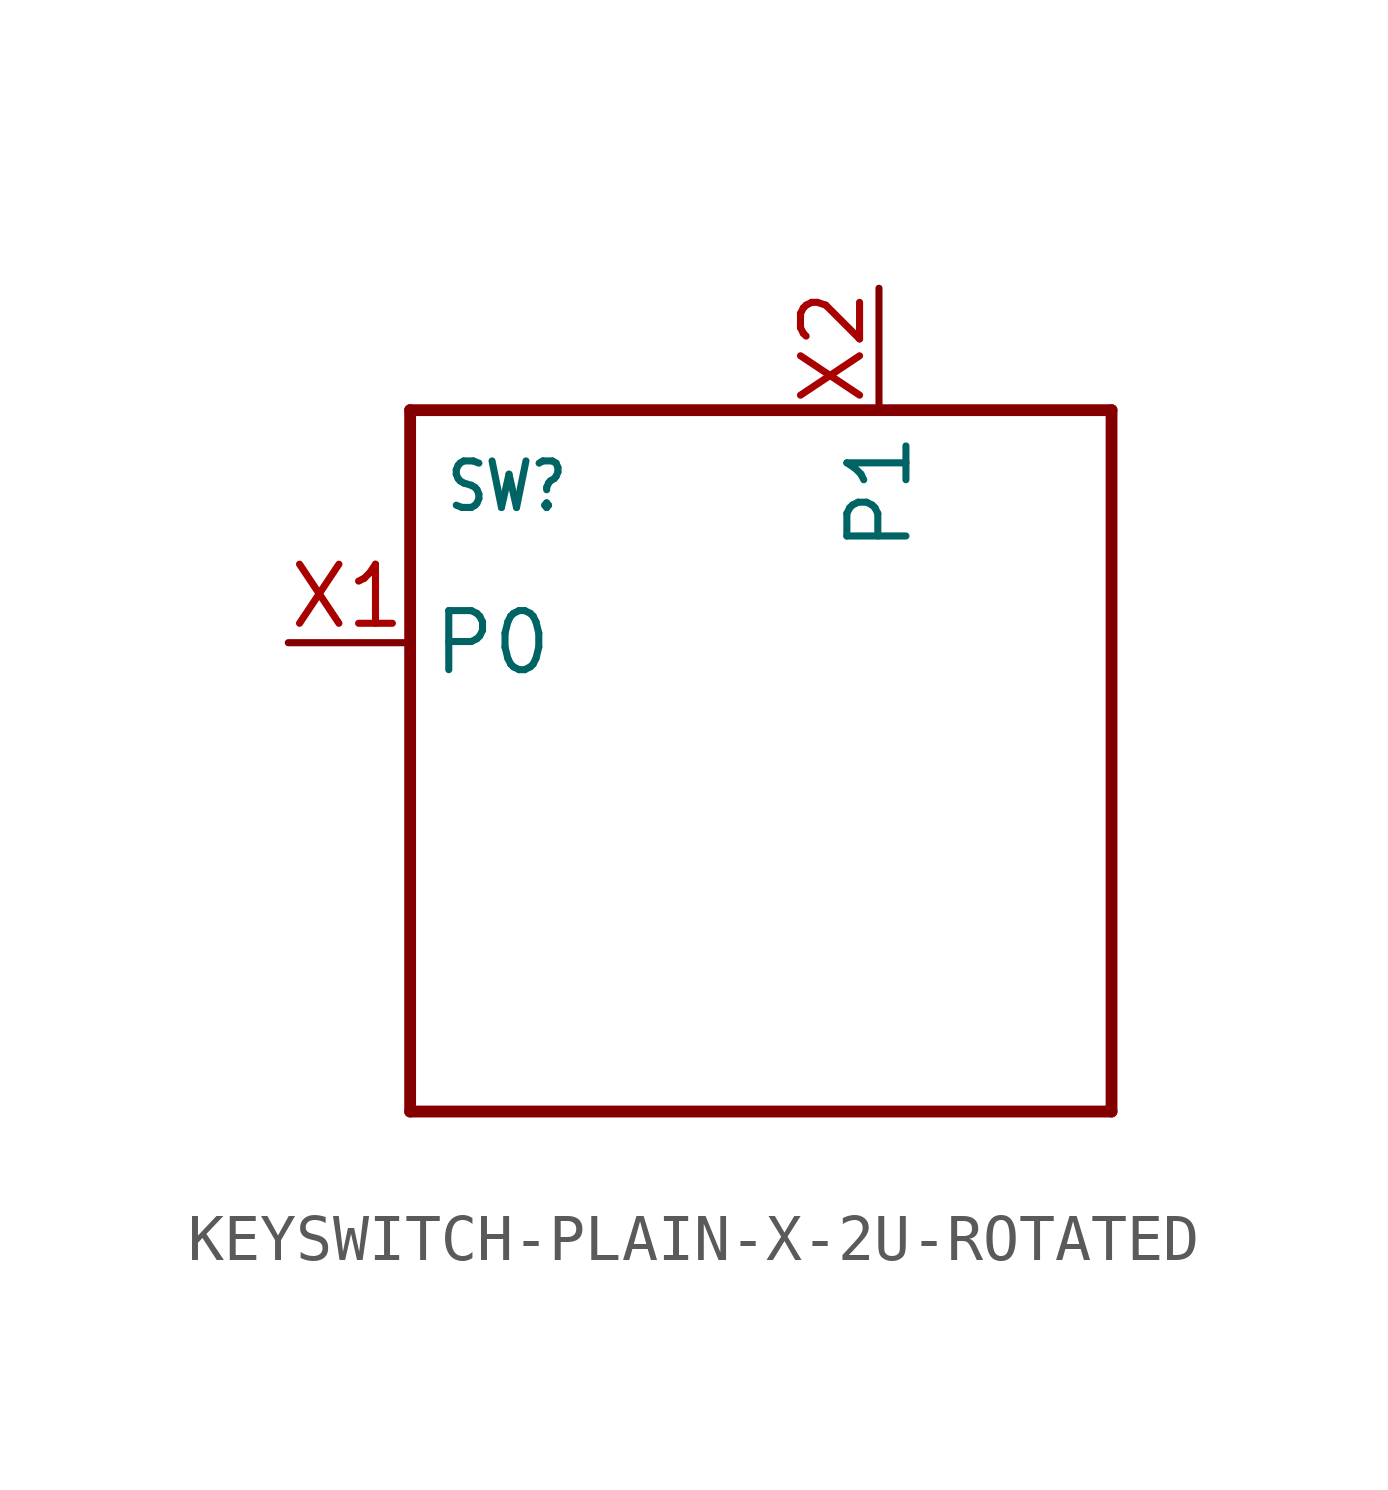
<source format=kicad_sym>
(kicad_symbol_lib
  (version 20211014)
  (generator kicad_symbol_editor)
  (symbol "KEYSWITCH-PLAIN-X-2U-ROTATED"
    (property "Reference" "SW"
      (at -6.81 5.318 0)
      (effects (font (size 1 0.85)) (justify left bottom)))
    (property "ki_locked" ""
      (at 0 0 0)
      (effects (font (size 1.27 1.27))))
    (symbol "KEYSWITCH-PLAIN-X-2U-ROTATED_1_0"
      (polyline (pts (xy -7.54 -7.54) (xy -7.54 7.54)) (stroke (width 0.254) (type default) (color 0 0 0 0)) (fill (type none)))
      (polyline (pts (xy -7.54 7.54) (xy 7.54 7.54)) (stroke (width 0.254) (type default) (color 0 0 0 0)) (fill (type none)))
      (polyline (pts (xy 7.54 -7.54) (xy -7.54 -7.54)) (stroke (width 0.254) (type default) (color 0 0 0 0)) (fill (type none)))
      (polyline (pts (xy 7.54 7.54) (xy 7.54 -7.54)) (stroke (width 0.254) (type default) (color 0 0 0 0)) (fill (type none)))
      (pin bidirectional line (at -10.16 2.54 0) (length 2.54) (name "P0" (effects (font (size 1.27 1.27)))) (number "X1" (effects (font (size 1.27 1.27)))))
      (pin bidirectional line (at 2.54 10.16 270) (length 2.54) (name "P1" (effects (font (size 1.27 1.27)))) (number "X2" (effects (font (size 1.27 1.27))))))))
</source>
